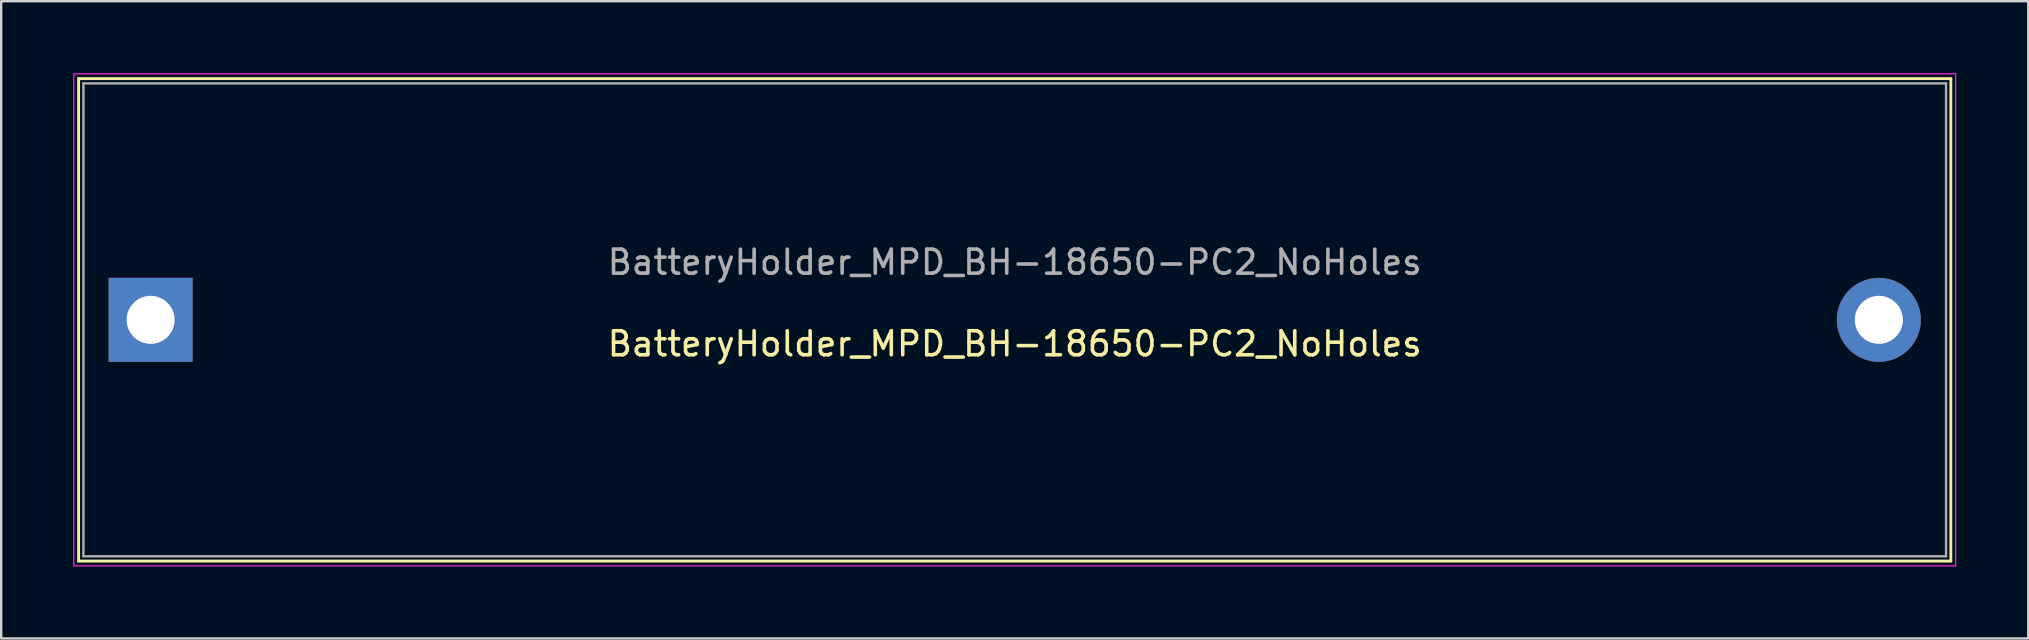
<source format=kicad_pcb>
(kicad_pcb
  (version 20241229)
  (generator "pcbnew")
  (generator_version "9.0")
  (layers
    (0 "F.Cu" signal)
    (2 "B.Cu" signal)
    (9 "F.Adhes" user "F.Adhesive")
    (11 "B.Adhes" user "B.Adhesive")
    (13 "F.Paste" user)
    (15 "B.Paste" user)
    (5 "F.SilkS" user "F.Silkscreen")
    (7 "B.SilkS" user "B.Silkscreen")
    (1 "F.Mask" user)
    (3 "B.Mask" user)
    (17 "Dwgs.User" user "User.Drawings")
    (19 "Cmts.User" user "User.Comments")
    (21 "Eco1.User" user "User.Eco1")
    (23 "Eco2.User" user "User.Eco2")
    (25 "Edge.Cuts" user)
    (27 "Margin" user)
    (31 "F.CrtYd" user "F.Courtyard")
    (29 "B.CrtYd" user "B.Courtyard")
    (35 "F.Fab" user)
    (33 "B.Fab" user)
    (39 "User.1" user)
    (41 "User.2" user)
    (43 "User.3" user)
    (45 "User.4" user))
  (footprint "BatteryHolder_MPD_BH-18650-PC2_NoHoles"
    (layer "F.Cu")
    (at 3.225 10.275)
    (property "Reference" "BatteryHolder_MPD_BH-18650-PC2_NoHoles" (at 36 1 0) (layer "F.SilkS") (effects (font (size 1 1) (thickness 0.15))))
    (attr through_hole)
    (fp_line (start -3 -10.05) (end 75 -10.05) (stroke (width 0.12) (type solid)) (layer "F.SilkS"))
    (fp_line (start -3 10.05) (end -3 -10.05) (stroke (width 0.12) (type solid)) (layer "F.SilkS"))
    (fp_line (start 75 -10.05) (end 75 10.05) (stroke (width 0.12) (type solid)) (layer "F.SilkS"))
    (fp_line (start 75 10.05) (end -3 10.05) (stroke (width 0.12) (type solid)) (layer "F.SilkS"))
    (fp_line (start -3.2 -10.25) (end 75.2 -10.25) (stroke (width 0.05) (type solid)) (layer "F.CrtYd"))
    (fp_line (start -3.2 10.25) (end -3.2 -10.25) (stroke (width 0.05) (type solid)) (layer "F.CrtYd"))
    (fp_line (start 75.2 -10.25) (end 75.2 10.25) (stroke (width 0.05) (type solid)) (layer "F.CrtYd"))
    (fp_line (start 75.2 10.25) (end -3.2 10.25) (stroke (width 0.05) (type solid)) (layer "F.CrtYd"))
    (fp_line (start -2.8 -9.85) (end 74.8 -9.85) (stroke (width 0.1) (type solid)) (layer "F.Fab"))
    (fp_line (start -2.8 9.85) (end -2.8 -9.85) (stroke (width 0.1) (type solid)) (layer "F.Fab"))
    (fp_line (start 74.8 -9.85) (end 74.8 9.85) (stroke (width 0.1) (type solid)) (layer "F.Fab"))
    (fp_line (start 74.8 9.85) (end -2.8 9.85) (stroke (width 0.1) (type solid)) (layer "F.Fab"))
    (fp_text user "${REFERENCE}" (at 36 -2.4 0) (layer "F.Fab") (effects (font (size 1 1) (thickness 0.15))))
    (pad "1" thru_hole rect (at 0 0) (size 3.5 3.5) (drill 2) (layers "*.Cu" "*.Mask"))
    (pad "2" thru_hole circle (at 72 0) (size 3.5 3.5) (drill 2) (layers "*.Cu" "*.Mask")))
  (gr_rect
    (start -3 -3)
    (end 81.45 23.55)
    (stroke (width 0.1) (type default))
    (fill no)
    (layer "Edge.Cuts")))
</source>
